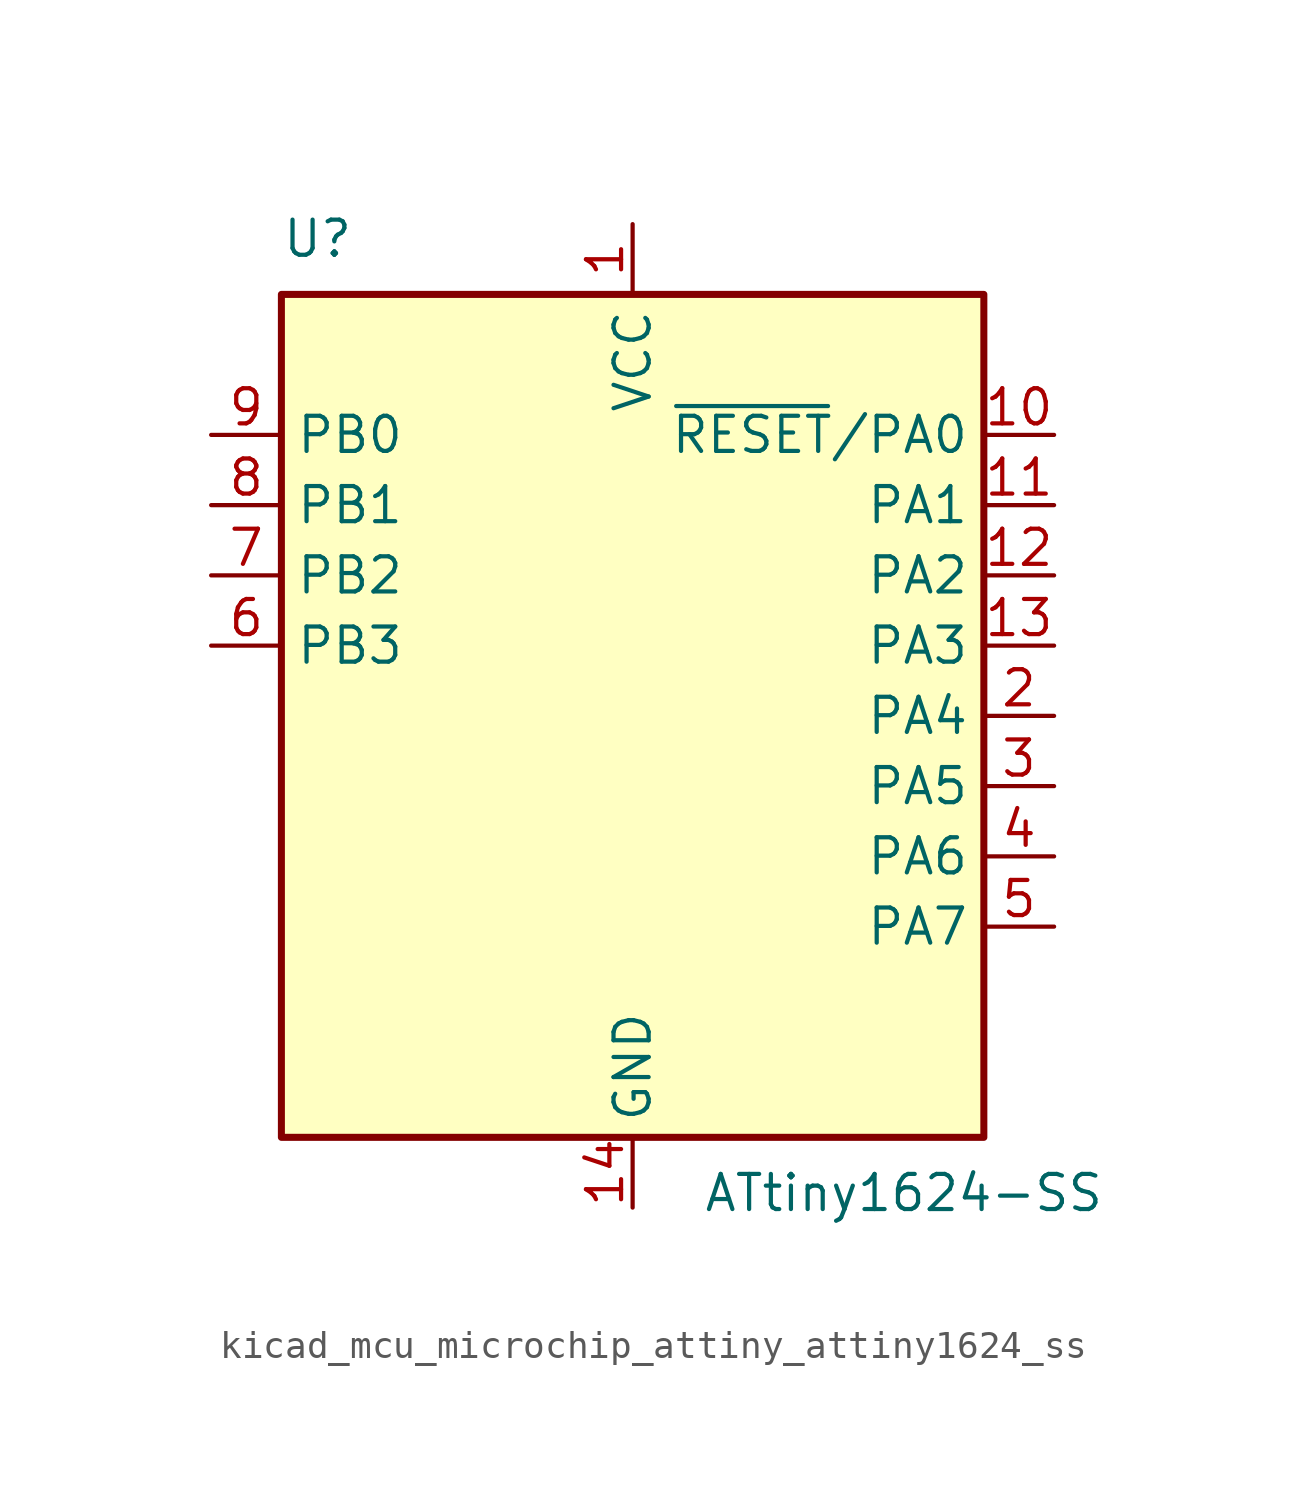
<source format=kicad_sym>
(kicad_symbol_lib
  (version 20220914)
  (generator kicad_symbol_editor)
  (symbol "kicad_mcu_microchip_attiny_attiny1624_ss"
    (property "Reference" "U"
      (at -12.7 16.51 0)
      (effects (font (size 1.27 1.27)) (justify left bottom)))
    (property "Value" "ATtiny1624-SS"
      (at 2.54 -16.51 0)
      (effects (font (size 1.27 1.27)) (justify left top)))
    (symbol "kicad_mcu_microchip_attiny_attiny1624_ss_0_1"
      (rectangle (start -12.7 -15.24) (end 12.7 15.24) (stroke (width 0.254) (type default)) (fill (type background))))
    (symbol "kicad_mcu_microchip_attiny_attiny1624_ss_1_1"
      (pin power_in line (at 0 17.78 270) (length 2.54) (name "VCC" (effects (font (size 1.27 1.27)))) (number "1" (effects (font (size 1.27 1.27)))))
      (pin bidirectional line (at 15.24 10.16 180) (length 2.54) (name "~{RESET}/PA0" (effects (font (size 1.27 1.27)))) (number "10" (effects (font (size 1.27 1.27)))))
      (pin bidirectional line (at 15.24 7.62 180) (length 2.54) (name "PA1" (effects (font (size 1.27 1.27)))) (number "11" (effects (font (size 1.27 1.27)))))
      (pin bidirectional line (at 15.24 5.08 180) (length 2.54) (name "PA2" (effects (font (size 1.27 1.27)))) (number "12" (effects (font (size 1.27 1.27)))))
      (pin bidirectional line (at 15.24 2.54 180) (length 2.54) (name "PA3" (effects (font (size 1.27 1.27)))) (number "13" (effects (font (size 1.27 1.27)))))
      (pin power_in line (at 0 -17.78 90) (length 2.54) (name "GND" (effects (font (size 1.27 1.27)))) (number "14" (effects (font (size 1.27 1.27)))))
      (pin bidirectional line (at 15.24 0 180) (length 2.54) (name "PA4" (effects (font (size 1.27 1.27)))) (number "2" (effects (font (size 1.27 1.27)))))
      (pin bidirectional line (at 15.24 -2.54 180) (length 2.54) (name "PA5" (effects (font (size 1.27 1.27)))) (number "3" (effects (font (size 1.27 1.27)))))
      (pin bidirectional line (at 15.24 -5.08 180) (length 2.54) (name "PA6" (effects (font (size 1.27 1.27)))) (number "4" (effects (font (size 1.27 1.27)))))
      (pin bidirectional line (at 15.24 -7.62 180) (length 2.54) (name "PA7" (effects (font (size 1.27 1.27)))) (number "5" (effects (font (size 1.27 1.27)))))
      (pin bidirectional line (at -15.24 2.54 0) (length 2.54) (name "PB3" (effects (font (size 1.27 1.27)))) (number "6" (effects (font (size 1.27 1.27)))))
      (pin bidirectional line (at -15.24 5.08 0) (length 2.54) (name "PB2" (effects (font (size 1.27 1.27)))) (number "7" (effects (font (size 1.27 1.27)))))
      (pin bidirectional line (at -15.24 7.62 0) (length 2.54) (name "PB1" (effects (font (size 1.27 1.27)))) (number "8" (effects (font (size 1.27 1.27)))))
      (pin bidirectional line (at -15.24 10.16 0) (length 2.54) (name "PB0" (effects (font (size 1.27 1.27)))) (number "9" (effects (font (size 1.27 1.27))))))))
</source>
